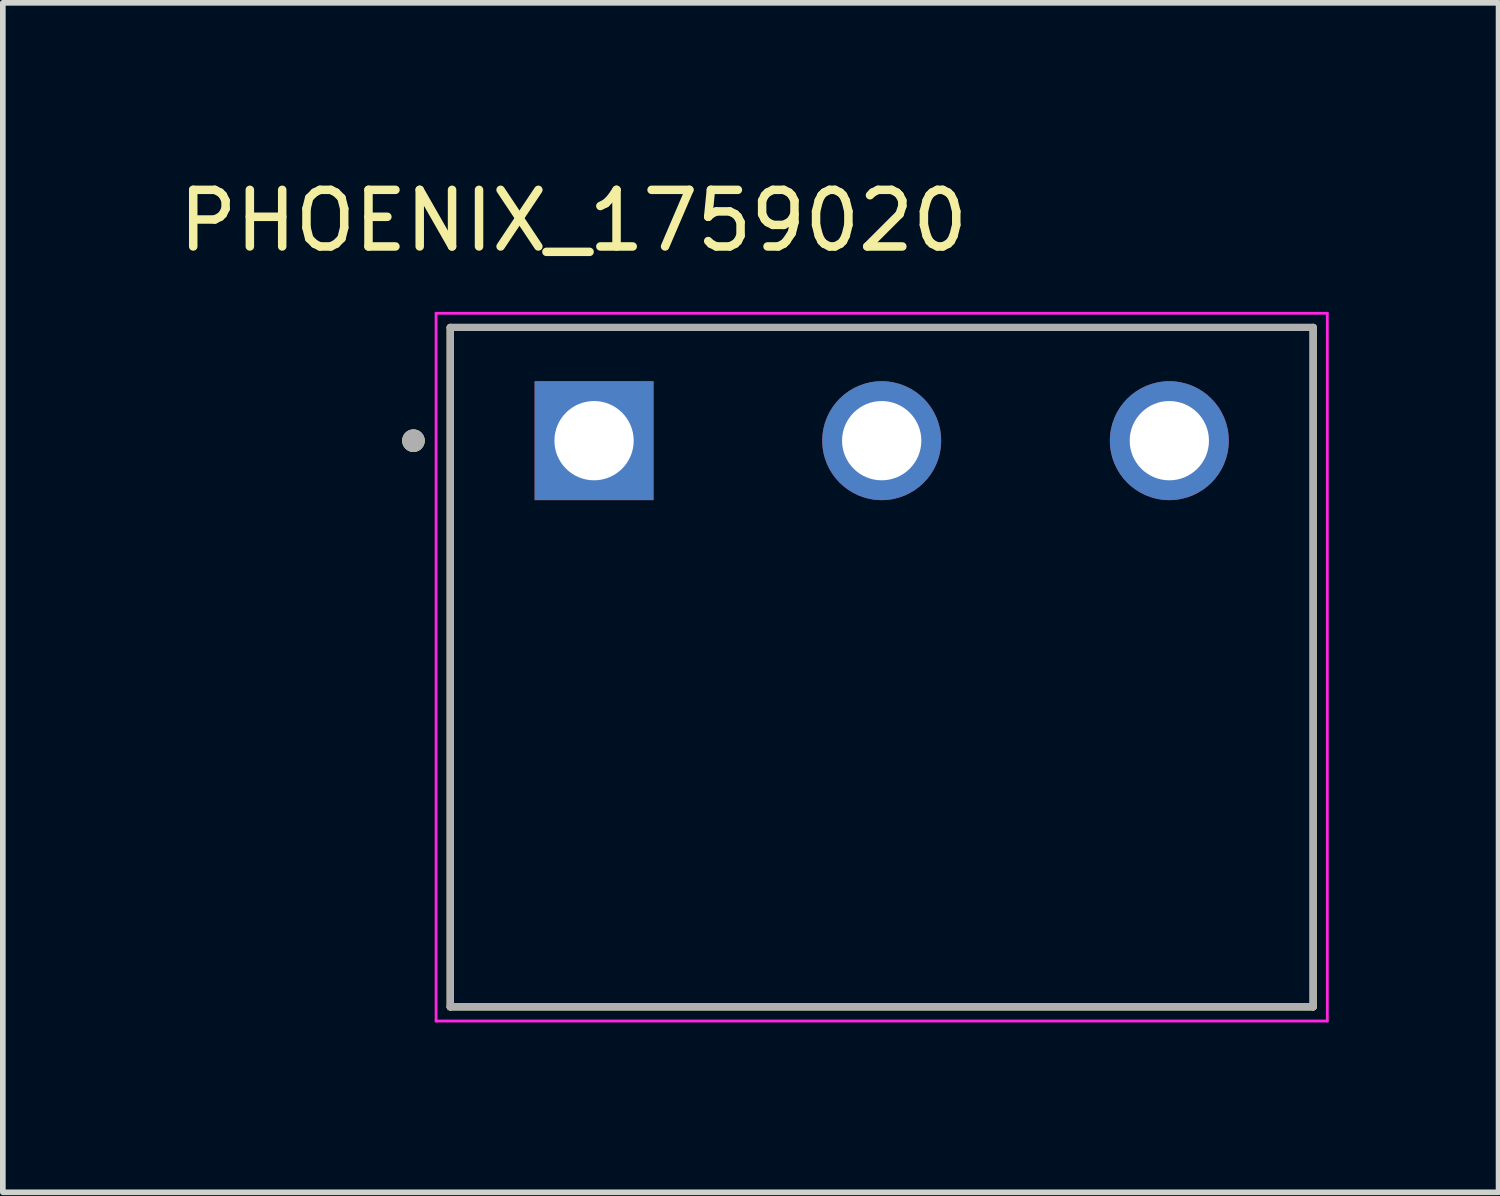
<source format=kicad_pcb>
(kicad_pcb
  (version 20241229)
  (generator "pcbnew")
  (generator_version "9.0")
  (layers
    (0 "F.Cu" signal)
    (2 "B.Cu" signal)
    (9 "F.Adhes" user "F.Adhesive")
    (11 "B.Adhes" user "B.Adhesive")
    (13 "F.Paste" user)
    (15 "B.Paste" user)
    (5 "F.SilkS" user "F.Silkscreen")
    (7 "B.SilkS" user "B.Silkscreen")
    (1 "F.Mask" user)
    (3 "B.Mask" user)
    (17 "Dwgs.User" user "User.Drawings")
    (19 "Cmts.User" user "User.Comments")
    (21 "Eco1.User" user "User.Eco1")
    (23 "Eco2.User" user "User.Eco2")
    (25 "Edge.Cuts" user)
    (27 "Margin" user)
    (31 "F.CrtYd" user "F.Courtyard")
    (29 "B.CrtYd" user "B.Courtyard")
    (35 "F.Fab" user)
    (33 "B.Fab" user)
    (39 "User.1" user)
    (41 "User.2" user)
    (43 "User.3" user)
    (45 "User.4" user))
  (footprint "PHOENIX_1759020"
    (layer "F.Cu")
    (at 4.902 14.733)
    (property "Reference" "PHOENIX_1759020" (at 2.175 -13.885 0) (layer "F.SilkS") (effects (font (size 1 1) (thickness 0.15))))
    (attr through_hole)
    (fp_line (start 0 0) (end 0 -12) (stroke (width 0.127) (type solid)) (layer "F.SilkS"))
    (fp_line (start 15.24 -12) (end 0 -12) (stroke (width 0.127) (type solid)) (layer "F.SilkS"))
    (fp_line (start 15.24 -12) (end 15.24 0) (stroke (width 0.127) (type solid)) (layer "F.SilkS"))
    (fp_line (start 15.24 0) (end 0 0) (stroke (width 0.127) (type solid)) (layer "F.SilkS"))
    (fp_circle (center -0.65 -10) (end -0.55 -10) (stroke (width 0.2) (type solid)) (fill no) (layer "F.SilkS"))
    (fp_line (start -0.25 -12.25) (end 15.49 -12.25) (stroke (width 0.05) (type solid)) (layer "F.CrtYd"))
    (fp_line (start -0.25 0.25) (end -0.25 -12.25) (stroke (width 0.05) (type solid)) (layer "F.CrtYd"))
    (fp_line (start 15.49 -12.25) (end 15.49 0.25) (stroke (width 0.05) (type solid)) (layer "F.CrtYd"))
    (fp_line (start 15.49 0.25) (end -0.25 0.25) (stroke (width 0.05) (type solid)) (layer "F.CrtYd"))
    (fp_line (start 0 -12) (end 15.24 -12) (stroke (width 0.127) (type solid)) (layer "F.Fab"))
    (fp_line (start 0 0) (end 0 -12) (stroke (width 0.127) (type solid)) (layer "F.Fab"))
    (fp_line (start 15.24 -12) (end 15.24 0) (stroke (width 0.127) (type solid)) (layer "F.Fab"))
    (fp_line (start 15.24 0) (end 0 0) (stroke (width 0.127) (type solid)) (layer "F.Fab"))
    (fp_circle (center -0.65 -10) (end -0.55 -10) (stroke (width 0.2) (type solid)) (fill no) (layer "F.Fab"))
    (pad "01" thru_hole rect (at 2.54 -10) (size 2.1 2.1) (drill 1.4) (layers "*.Cu" "*.Mask"))
    (pad "02" thru_hole circle (at 7.62 -10) (size 2.1 2.1) (drill 1.4) (layers "*.Cu" "*.Mask"))
    (pad "03" thru_hole circle (at 12.7 -10) (size 2.1 2.1) (drill 1.4) (layers "*.Cu" "*.Mask")))
  (gr_rect
    (start -3 -3)
    (end 23.417 18.008)
    (stroke (width 0.1) (type default))
    (fill no)
    (layer "Edge.Cuts")))
</source>
